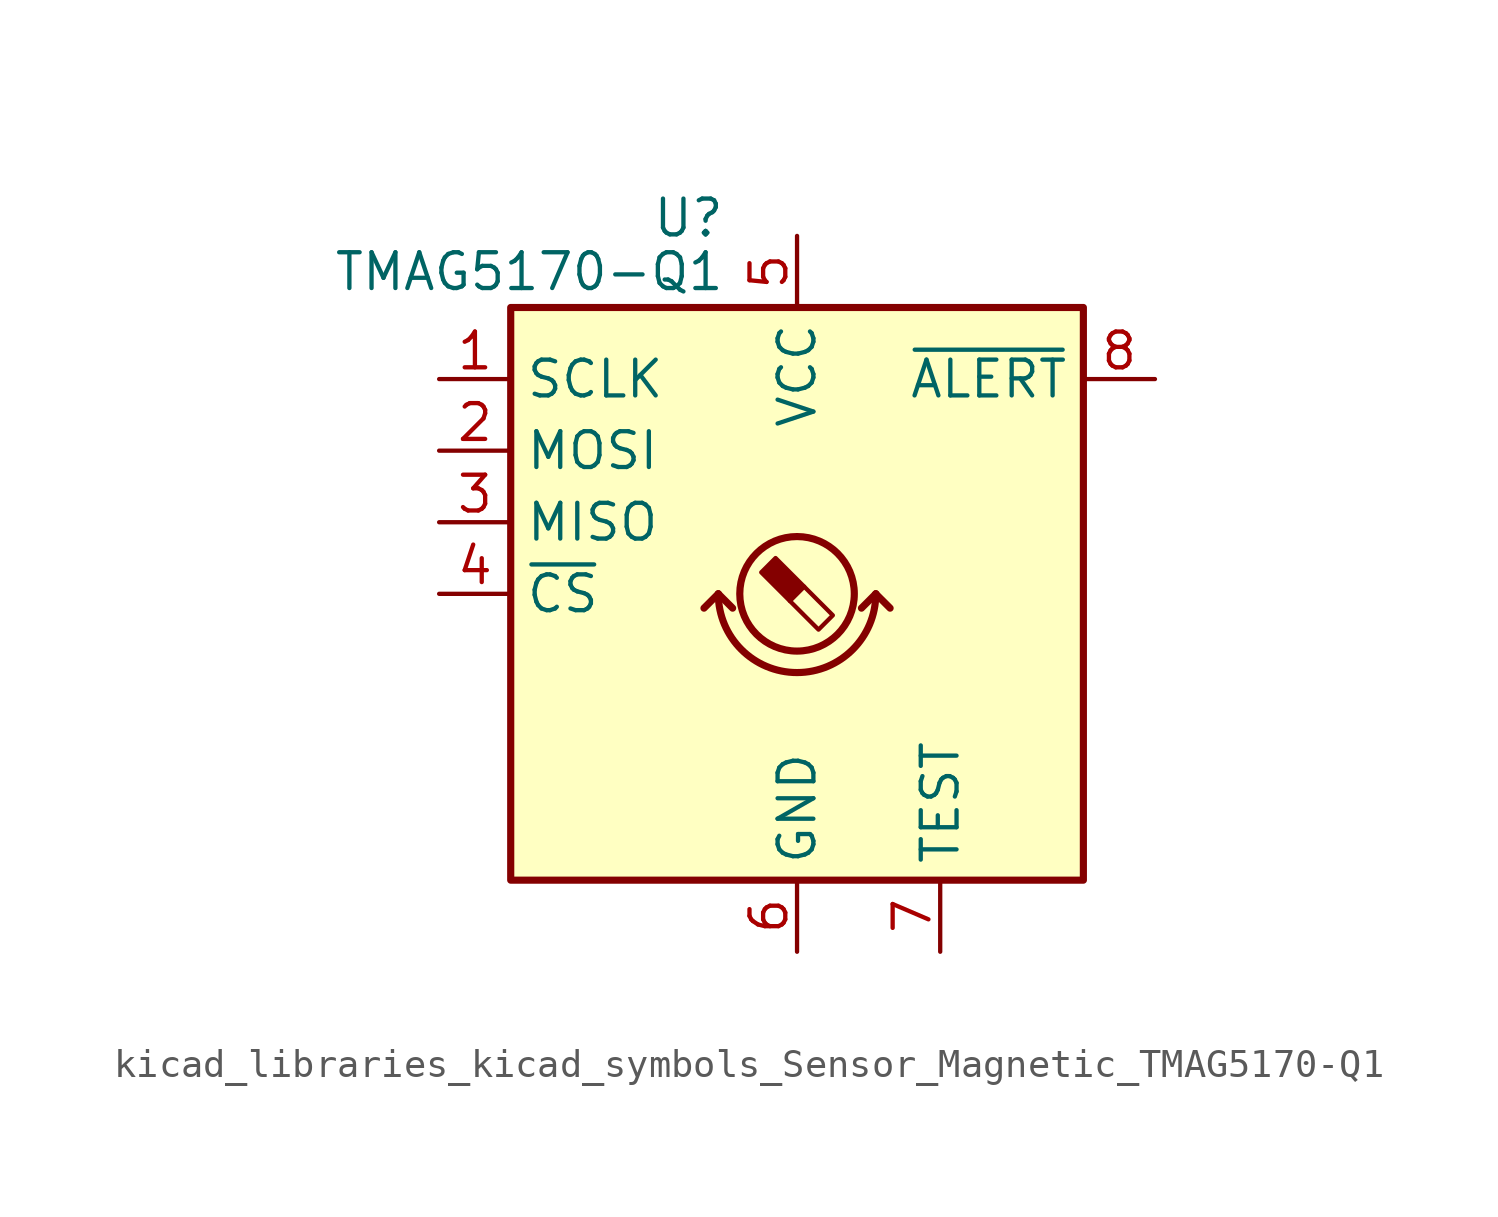
<source format=kicad_sym>
(kicad_symbol_lib
  (version 20220914)
  (generator kicad_symbol_editor)
  (symbol "kicad_libraries_kicad_symbols_Sensor_Magnetic_TMAG5170-Q1"
    (property "Reference" "U"
      (at -2.54 13.335 0)
      (effects (font (size 1.27 1.27)) (justify right)))
    (property "Value" "TMAG5170-Q1"
      (at -2.54 11.43 0)
      (effects (font (size 1.27 1.27)) (justify right)))
    (symbol "kicad_libraries_kicad_symbols_Sensor_Magnetic_TMAG5170-Q1_0_1"
      (rectangle (start -10.16 10.16) (end 10.16 -10.16) (stroke (width 0.254) (type default)) (fill (type background)))
      (arc (start -2.794 0) (mid 0 -2.7819) (end 2.794 0) (stroke (width 0.254) (type default)) (fill (type none)))
      (polyline (pts (xy -2.794 0) (xy -3.302 -0.508)) (stroke (width 0.254) (type default)) (fill (type none)))
      (polyline (pts (xy -2.794 0) (xy -2.286 -0.508)) (stroke (width 0.254) (type default)) (fill (type none)))
      (polyline (pts (xy 2.794 0) (xy 2.286 -0.508)) (stroke (width 0.254) (type default)) (fill (type none)))
      (polyline (pts (xy 2.794 0) (xy 3.302 -0.508)) (stroke (width 0.254) (type default)) (fill (type none))))
    (symbol "kicad_libraries_kicad_symbols_Sensor_Magnetic_TMAG5170-Q1_1_1"
      (polyline (pts (xy 0.254 0.254) (xy 1.27 -0.762) (xy 0.762 -1.27) (xy -0.254 -0.254)) (stroke (width 0) (type default)) (fill (type none)))
      (polyline (pts (xy -0.762 1.27) (xy 0.254 0.254) (xy -0.254 -0.254) (xy -1.27 0.762) (xy -1.016 1.016) (xy -0.762 1.27) (xy -0.635 1.143)) (stroke (width 0) (type default)) (fill (type outline)))
      (circle (center 0 0) (radius 2.032) (stroke (width 0.254) (type default)) (fill (type none)))
      (pin input line (at -12.7 7.62 0) (length 2.54) (name "SCLK" (effects (font (size 1.27 1.27)))) (number "1" (effects (font (size 1.27 1.27)))))
      (pin input line (at -12.7 5.08 0) (length 2.54) (name "MOSI" (effects (font (size 1.27 1.27)))) (number "2" (effects (font (size 1.27 1.27)))))
      (pin output line (at -12.7 2.54 0) (length 2.54) (name "MISO" (effects (font (size 1.27 1.27)))) (number "3" (effects (font (size 1.27 1.27)))))
      (pin input line (at -12.7 0 0) (length 2.54) (name "~{CS}" (effects (font (size 1.27 1.27)))) (number "4" (effects (font (size 1.27 1.27)))))
      (pin power_in line (at 0 12.7 270) (length 2.54) (name "VCC" (effects (font (size 1.27 1.27)))) (number "5" (effects (font (size 1.27 1.27)))))
      (pin power_in line (at 0 -12.7 90) (length 2.54) (name "GND" (effects (font (size 1.27 1.27)))) (number "6" (effects (font (size 1.27 1.27)))))
      (pin passive line (at 5.08 -12.7 90) (length 2.54) (name "TEST" (effects (font (size 1.27 1.27)))) (number "7" (effects (font (size 1.27 1.27)))))
      (pin bidirectional line (at 12.7 7.62 180) (length 2.54) (name "~{ALERT}" (effects (font (size 1.27 1.27)))) (number "8" (effects (font (size 1.27 1.27))))))))
</source>
